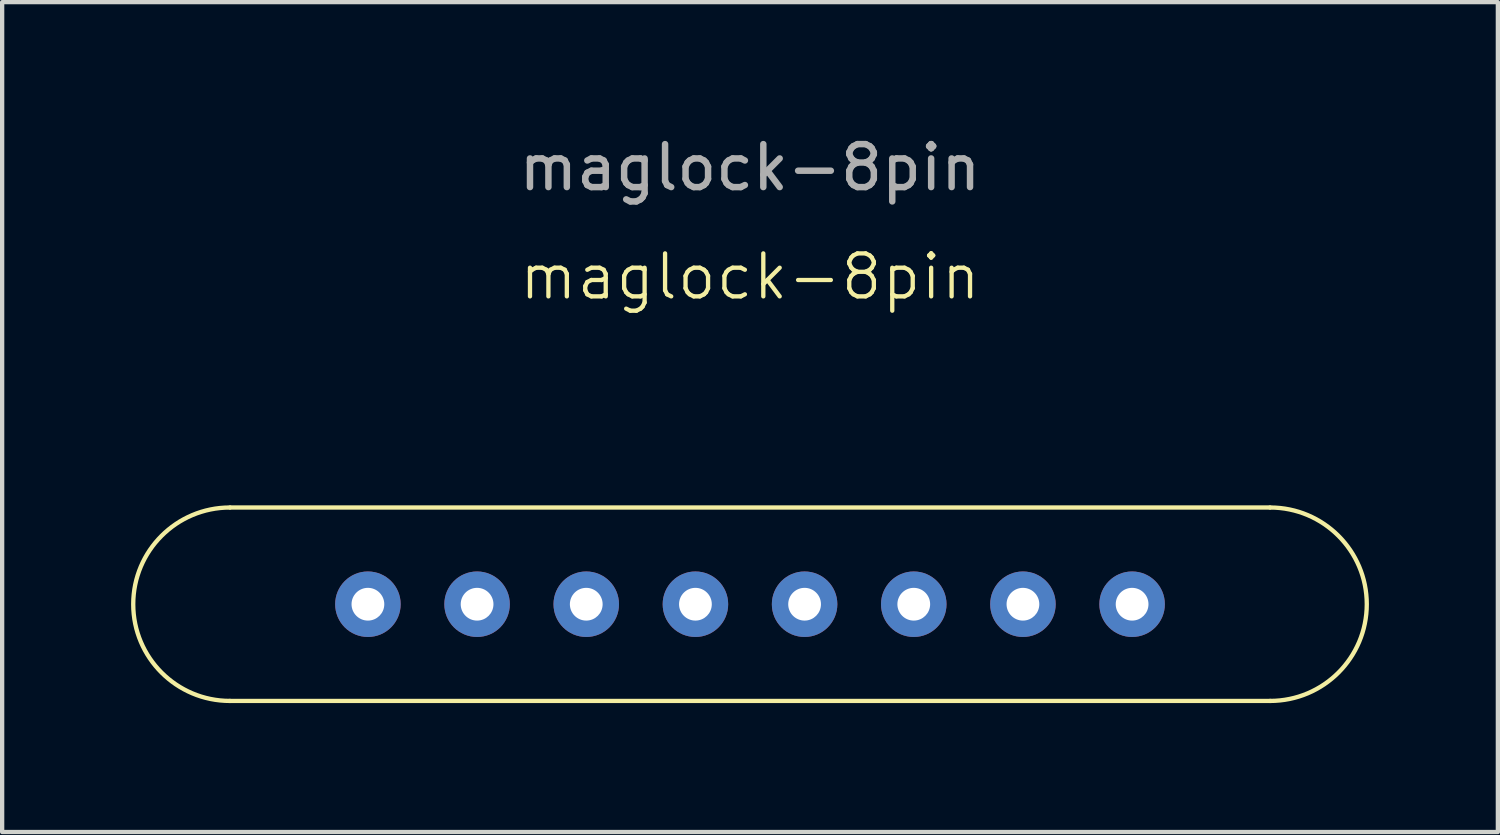
<source format=kicad_pcb>
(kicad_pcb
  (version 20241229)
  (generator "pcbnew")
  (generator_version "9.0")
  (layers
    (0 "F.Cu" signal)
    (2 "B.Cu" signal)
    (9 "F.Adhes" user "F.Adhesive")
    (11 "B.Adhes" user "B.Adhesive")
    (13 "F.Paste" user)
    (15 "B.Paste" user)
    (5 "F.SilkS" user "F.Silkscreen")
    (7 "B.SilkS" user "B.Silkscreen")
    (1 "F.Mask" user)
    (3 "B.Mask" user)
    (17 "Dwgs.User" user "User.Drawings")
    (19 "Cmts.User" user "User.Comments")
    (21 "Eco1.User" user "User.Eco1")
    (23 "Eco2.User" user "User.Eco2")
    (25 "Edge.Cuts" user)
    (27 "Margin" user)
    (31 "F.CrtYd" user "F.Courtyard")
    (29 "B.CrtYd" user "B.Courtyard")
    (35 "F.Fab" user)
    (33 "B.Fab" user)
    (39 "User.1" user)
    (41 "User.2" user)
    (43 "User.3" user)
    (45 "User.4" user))
  (footprint "maglock-8pin"
    (layer "F.Cu")
    (at 14.4 11.008)
    (property "Reference" "maglock-8pin" (at 0 -7.62 0) (unlocked yes) (layer "F.SilkS") (effects (font (size 1 1) (thickness 0.1))))
    (attr through_hole)
    (fp_line (start -12.1 -2.25) (end 12.1 -2.25) (stroke (width 0.1) (type default)) (layer "F.SilkS"))
    (fp_line (start 12.1 2.25) (end -12.1 2.25) (stroke (width 0.1) (type default)) (layer "F.SilkS"))
    (fp_arc (start -12.1 2.25) (mid -14.35 0) (end -12.1 -2.25) (stroke (width 0.1) (type default)) (layer "F.SilkS"))
    (fp_arc (start 12.1 -2.25) (mid 14.35 0) (end 12.1 2.25) (stroke (width 0.1) (type default)) (layer "F.SilkS"))
    (fp_text user "${REFERENCE}" (at 0 -10.16 0) (unlocked yes) (layer "F.Fab") (effects (font (size 1 1) (thickness 0.15))))
    (pad "1" thru_hole circle (at -8.89 0) (size 1.524 1.524) (drill 0.762) (layers "*.Cu" "*.Mask"))
    (pad "2" thru_hole circle (at -6.35 0) (size 1.524 1.524) (drill 0.762) (layers "*.Cu" "*.Mask"))
    (pad "3" thru_hole circle (at -3.81 0) (size 1.524 1.524) (drill 0.762) (layers "*.Cu" "*.Mask"))
    (pad "4" thru_hole circle (at -1.27 0) (size 1.524 1.524) (drill 0.762) (layers "*.Cu" "*.Mask"))
    (pad "5" thru_hole circle (at 1.27 0) (size 1.524 1.524) (drill 0.762) (layers "*.Cu" "*.Mask"))
    (pad "6" thru_hole circle (at 3.81 0) (size 1.524 1.524) (drill 0.762) (layers "*.Cu" "*.Mask"))
    (pad "7" thru_hole circle (at 6.35 0) (size 1.524 1.524) (drill 0.762) (layers "*.Cu" "*.Mask"))
    (pad "8" thru_hole circle (at 8.89 0) (size 1.524 1.524) (drill 0.762) (layers "*.Cu" "*.Mask")))
  (gr_rect
    (start -3 -3)
    (end 31.8 16.308)
    (stroke (width 0.1) (type default))
    (fill no)
    (layer "Edge.Cuts")))
</source>
